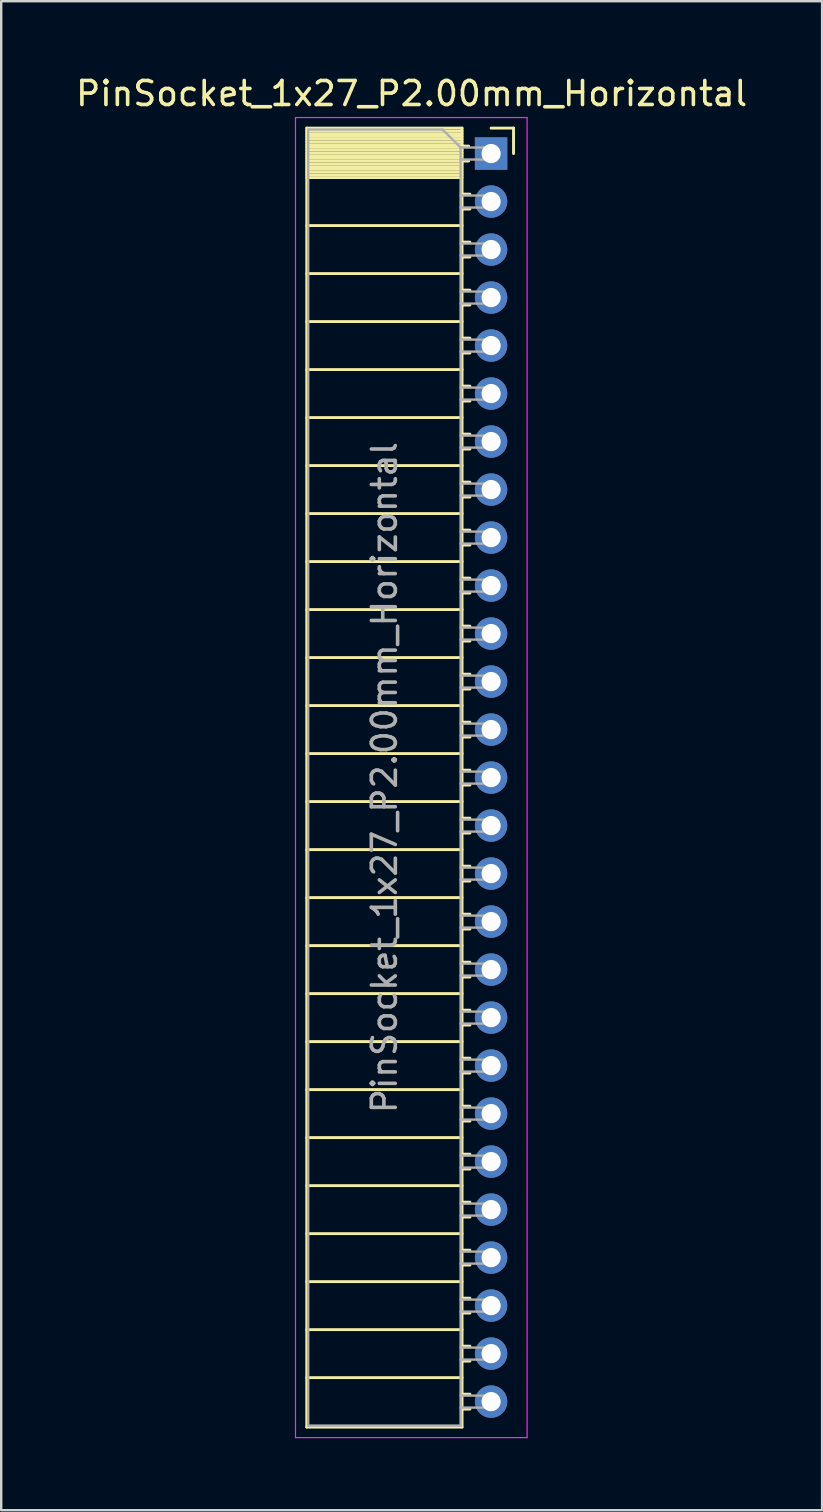
<source format=kicad_pcb>
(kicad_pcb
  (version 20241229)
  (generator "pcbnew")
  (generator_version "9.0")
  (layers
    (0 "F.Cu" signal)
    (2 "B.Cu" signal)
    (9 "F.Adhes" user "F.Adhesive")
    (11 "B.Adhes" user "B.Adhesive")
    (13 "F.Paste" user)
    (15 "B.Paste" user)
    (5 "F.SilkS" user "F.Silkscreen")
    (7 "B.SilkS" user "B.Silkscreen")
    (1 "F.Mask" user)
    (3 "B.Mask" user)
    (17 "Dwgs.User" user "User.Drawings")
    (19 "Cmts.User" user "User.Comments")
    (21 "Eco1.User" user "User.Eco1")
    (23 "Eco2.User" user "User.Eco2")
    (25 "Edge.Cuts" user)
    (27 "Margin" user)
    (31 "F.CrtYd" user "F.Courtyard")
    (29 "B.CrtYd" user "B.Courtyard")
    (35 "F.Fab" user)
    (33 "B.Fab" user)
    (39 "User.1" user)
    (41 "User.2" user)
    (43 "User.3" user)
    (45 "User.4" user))
  (footprint "PinSocket_1x27_P2.00mm_Horizontal"
    (layer "F.Cu")
    (at 17.411 3.348)
    (property "Reference" "PinSocket_1x27_P2.00mm_Horizontal" (at -3.31 -2.5 0) (layer "F.SilkS") (effects (font (size 1 1) (thickness 0.15))))
    (attr through_hole)
    (fp_line (start -7.68 -1.06) (end -7.68 53.06) (stroke (width 0.12) (type solid)) (layer "F.SilkS"))
    (fp_line (start -7.68 -1.06) (end -1.21 -1.06) (stroke (width 0.12) (type solid)) (layer "F.SilkS"))
    (fp_line (start -7.68 -0.94) (end -1.21 -0.94) (stroke (width 0.12) (type solid)) (layer "F.SilkS"))
    (fp_line (start -7.68 -0.826) (end -1.21 -0.826) (stroke (width 0.12) (type solid)) (layer "F.SilkS"))
    (fp_line (start -7.68 -0.712) (end -1.21 -0.712) (stroke (width 0.12) (type solid)) (layer "F.SilkS"))
    (fp_line (start -7.68 -0.598) (end -1.21 -0.598) (stroke (width 0.12) (type solid)) (layer "F.SilkS"))
    (fp_line (start -7.68 -0.484) (end -1.21 -0.484) (stroke (width 0.12) (type solid)) (layer "F.SilkS"))
    (fp_line (start -7.68 -0.369) (end -1.21 -0.369) (stroke (width 0.12) (type solid)) (layer "F.SilkS"))
    (fp_line (start -7.68 -0.255) (end -1.21 -0.255) (stroke (width 0.12) (type solid)) (layer "F.SilkS"))
    (fp_line (start -7.68 -0.141) (end -1.21 -0.141) (stroke (width 0.12) (type solid)) (layer "F.SilkS"))
    (fp_line (start -7.68 -0.027) (end -1.21 -0.027) (stroke (width 0.12) (type solid)) (layer "F.SilkS"))
    (fp_line (start -7.68 0.087) (end -1.21 0.087) (stroke (width 0.12) (type solid)) (layer "F.SilkS"))
    (fp_line (start -7.68 0.201) (end -1.21 0.201) (stroke (width 0.12) (type solid)) (layer "F.SilkS"))
    (fp_line (start -7.68 0.315) (end -1.21 0.315) (stroke (width 0.12) (type solid)) (layer "F.SilkS"))
    (fp_line (start -7.68 0.429) (end -1.21 0.429) (stroke (width 0.12) (type solid)) (layer "F.SilkS"))
    (fp_line (start -7.68 0.544) (end -1.21 0.544) (stroke (width 0.12) (type solid)) (layer "F.SilkS"))
    (fp_line (start -7.68 0.658) (end -1.21 0.658) (stroke (width 0.12) (type solid)) (layer "F.SilkS"))
    (fp_line (start -7.68 0.772) (end -1.21 0.772) (stroke (width 0.12) (type solid)) (layer "F.SilkS"))
    (fp_line (start -7.68 0.886) (end -1.21 0.886) (stroke (width 0.12) (type solid)) (layer "F.SilkS"))
    (fp_line (start -7.68 1) (end -1.21 1) (stroke (width 0.12) (type solid)) (layer "F.SilkS"))
    (fp_line (start -7.68 3) (end -1.21 3) (stroke (width 0.12) (type solid)) (layer "F.SilkS"))
    (fp_line (start -7.68 5) (end -1.21 5) (stroke (width 0.12) (type solid)) (layer "F.SilkS"))
    (fp_line (start -7.68 7) (end -1.21 7) (stroke (width 0.12) (type solid)) (layer "F.SilkS"))
    (fp_line (start -7.68 9) (end -1.21 9) (stroke (width 0.12) (type solid)) (layer "F.SilkS"))
    (fp_line (start -7.68 11) (end -1.21 11) (stroke (width 0.12) (type solid)) (layer "F.SilkS"))
    (fp_line (start -7.68 13) (end -1.21 13) (stroke (width 0.12) (type solid)) (layer "F.SilkS"))
    (fp_line (start -7.68 15) (end -1.21 15) (stroke (width 0.12) (type solid)) (layer "F.SilkS"))
    (fp_line (start -7.68 17) (end -1.21 17) (stroke (width 0.12) (type solid)) (layer "F.SilkS"))
    (fp_line (start -7.68 19) (end -1.21 19) (stroke (width 0.12) (type solid)) (layer "F.SilkS"))
    (fp_line (start -7.68 21) (end -1.21 21) (stroke (width 0.12) (type solid)) (layer "F.SilkS"))
    (fp_line (start -7.68 23) (end -1.21 23) (stroke (width 0.12) (type solid)) (layer "F.SilkS"))
    (fp_line (start -7.68 25) (end -1.21 25) (stroke (width 0.12) (type solid)) (layer "F.SilkS"))
    (fp_line (start -7.68 27) (end -1.21 27) (stroke (width 0.12) (type solid)) (layer "F.SilkS"))
    (fp_line (start -7.68 29) (end -1.21 29) (stroke (width 0.12) (type solid)) (layer "F.SilkS"))
    (fp_line (start -7.68 31) (end -1.21 31) (stroke (width 0.12) (type solid)) (layer "F.SilkS"))
    (fp_line (start -7.68 33) (end -1.21 33) (stroke (width 0.12) (type solid)) (layer "F.SilkS"))
    (fp_line (start -7.68 35) (end -1.21 35) (stroke (width 0.12) (type solid)) (layer "F.SilkS"))
    (fp_line (start -7.68 37) (end -1.21 37) (stroke (width 0.12) (type solid)) (layer "F.SilkS"))
    (fp_line (start -7.68 39) (end -1.21 39) (stroke (width 0.12) (type solid)) (layer "F.SilkS"))
    (fp_line (start -7.68 41) (end -1.21 41) (stroke (width 0.12) (type solid)) (layer "F.SilkS"))
    (fp_line (start -7.68 43) (end -1.21 43) (stroke (width 0.12) (type solid)) (layer "F.SilkS"))
    (fp_line (start -7.68 45) (end -1.21 45) (stroke (width 0.12) (type solid)) (layer "F.SilkS"))
    (fp_line (start -7.68 47) (end -1.21 47) (stroke (width 0.12) (type solid)) (layer "F.SilkS"))
    (fp_line (start -7.68 49) (end -1.21 49) (stroke (width 0.12) (type solid)) (layer "F.SilkS"))
    (fp_line (start -7.68 51) (end -1.21 51) (stroke (width 0.12) (type solid)) (layer "F.SilkS"))
    (fp_line (start -7.68 53.06) (end -1.21 53.06) (stroke (width 0.12) (type solid)) (layer "F.SilkS"))
    (fp_line (start -1.21 -1.06) (end -1.21 53.06) (stroke (width 0.12) (type solid)) (layer "F.SilkS"))
    (fp_line (start -1.21 -0.31) (end -0.935 -0.31) (stroke (width 0.12) (type solid)) (layer "F.SilkS"))
    (fp_line (start -1.21 0.31) (end -0.935 0.31) (stroke (width 0.12) (type solid)) (layer "F.SilkS"))
    (fp_line (start -1.21 1.69) (end -0.882 1.69) (stroke (width 0.12) (type solid)) (layer "F.SilkS"))
    (fp_line (start -1.21 2.31) (end -0.882 2.31) (stroke (width 0.12) (type solid)) (layer "F.SilkS"))
    (fp_line (start -1.21 3.69) (end -0.882 3.69) (stroke (width 0.12) (type solid)) (layer "F.SilkS"))
    (fp_line (start -1.21 4.31) (end -0.882 4.31) (stroke (width 0.12) (type solid)) (layer "F.SilkS"))
    (fp_line (start -1.21 5.69) (end -0.882 5.69) (stroke (width 0.12) (type solid)) (layer "F.SilkS"))
    (fp_line (start -1.21 6.31) (end -0.882 6.31) (stroke (width 0.12) (type solid)) (layer "F.SilkS"))
    (fp_line (start -1.21 7.69) (end -0.882 7.69) (stroke (width 0.12) (type solid)) (layer "F.SilkS"))
    (fp_line (start -1.21 8.31) (end -0.882 8.31) (stroke (width 0.12) (type solid)) (layer "F.SilkS"))
    (fp_line (start -1.21 9.69) (end -0.882 9.69) (stroke (width 0.12) (type solid)) (layer "F.SilkS"))
    (fp_line (start -1.21 10.31) (end -0.882 10.31) (stroke (width 0.12) (type solid)) (layer "F.SilkS"))
    (fp_line (start -1.21 11.69) (end -0.882 11.69) (stroke (width 0.12) (type solid)) (layer "F.SilkS"))
    (fp_line (start -1.21 12.31) (end -0.882 12.31) (stroke (width 0.12) (type solid)) (layer "F.SilkS"))
    (fp_line (start -1.21 13.69) (end -0.882 13.69) (stroke (width 0.12) (type solid)) (layer "F.SilkS"))
    (fp_line (start -1.21 14.31) (end -0.882 14.31) (stroke (width 0.12) (type solid)) (layer "F.SilkS"))
    (fp_line (start -1.21 15.69) (end -0.882 15.69) (stroke (width 0.12) (type solid)) (layer "F.SilkS"))
    (fp_line (start -1.21 16.31) (end -0.882 16.31) (stroke (width 0.12) (type solid)) (layer "F.SilkS"))
    (fp_line (start -1.21 17.69) (end -0.882 17.69) (stroke (width 0.12) (type solid)) (layer "F.SilkS"))
    (fp_line (start -1.21 18.31) (end -0.882 18.31) (stroke (width 0.12) (type solid)) (layer "F.SilkS"))
    (fp_line (start -1.21 19.69) (end -0.882 19.69) (stroke (width 0.12) (type solid)) (layer "F.SilkS"))
    (fp_line (start -1.21 20.31) (end -0.882 20.31) (stroke (width 0.12) (type solid)) (layer "F.SilkS"))
    (fp_line (start -1.21 21.69) (end -0.882 21.69) (stroke (width 0.12) (type solid)) (layer "F.SilkS"))
    (fp_line (start -1.21 22.31) (end -0.882 22.31) (stroke (width 0.12) (type solid)) (layer "F.SilkS"))
    (fp_line (start -1.21 23.69) (end -0.882 23.69) (stroke (width 0.12) (type solid)) (layer "F.SilkS"))
    (fp_line (start -1.21 24.31) (end -0.882 24.31) (stroke (width 0.12) (type solid)) (layer "F.SilkS"))
    (fp_line (start -1.21 25.69) (end -0.882 25.69) (stroke (width 0.12) (type solid)) (layer "F.SilkS"))
    (fp_line (start -1.21 26.31) (end -0.882 26.31) (stroke (width 0.12) (type solid)) (layer "F.SilkS"))
    (fp_line (start -1.21 27.69) (end -0.882 27.69) (stroke (width 0.12) (type solid)) (layer "F.SilkS"))
    (fp_line (start -1.21 28.31) (end -0.882 28.31) (stroke (width 0.12) (type solid)) (layer "F.SilkS"))
    (fp_line (start -1.21 29.69) (end -0.882 29.69) (stroke (width 0.12) (type solid)) (layer "F.SilkS"))
    (fp_line (start -1.21 30.31) (end -0.882 30.31) (stroke (width 0.12) (type solid)) (layer "F.SilkS"))
    (fp_line (start -1.21 31.69) (end -0.882 31.69) (stroke (width 0.12) (type solid)) (layer "F.SilkS"))
    (fp_line (start -1.21 32.31) (end -0.882 32.31) (stroke (width 0.12) (type solid)) (layer "F.SilkS"))
    (fp_line (start -1.21 33.69) (end -0.882 33.69) (stroke (width 0.12) (type solid)) (layer "F.SilkS"))
    (fp_line (start -1.21 34.31) (end -0.882 34.31) (stroke (width 0.12) (type solid)) (layer "F.SilkS"))
    (fp_line (start -1.21 35.69) (end -0.882 35.69) (stroke (width 0.12) (type solid)) (layer "F.SilkS"))
    (fp_line (start -1.21 36.31) (end -0.882 36.31) (stroke (width 0.12) (type solid)) (layer "F.SilkS"))
    (fp_line (start -1.21 37.69) (end -0.882 37.69) (stroke (width 0.12) (type solid)) (layer "F.SilkS"))
    (fp_line (start -1.21 38.31) (end -0.882 38.31) (stroke (width 0.12) (type solid)) (layer "F.SilkS"))
    (fp_line (start -1.21 39.69) (end -0.882 39.69) (stroke (width 0.12) (type solid)) (layer "F.SilkS"))
    (fp_line (start -1.21 40.31) (end -0.882 40.31) (stroke (width 0.12) (type solid)) (layer "F.SilkS"))
    (fp_line (start -1.21 41.69) (end -0.882 41.69) (stroke (width 0.12) (type solid)) (layer "F.SilkS"))
    (fp_line (start -1.21 42.31) (end -0.882 42.31) (stroke (width 0.12) (type solid)) (layer "F.SilkS"))
    (fp_line (start -1.21 43.69) (end -0.882 43.69) (stroke (width 0.12) (type solid)) (layer "F.SilkS"))
    (fp_line (start -1.21 44.31) (end -0.882 44.31) (stroke (width 0.12) (type solid)) (layer "F.SilkS"))
    (fp_line (start -1.21 45.69) (end -0.882 45.69) (stroke (width 0.12) (type solid)) (layer "F.SilkS"))
    (fp_line (start -1.21 46.31) (end -0.882 46.31) (stroke (width 0.12) (type solid)) (layer "F.SilkS"))
    (fp_line (start -1.21 47.69) (end -0.882 47.69) (stroke (width 0.12) (type solid)) (layer "F.SilkS"))
    (fp_line (start -1.21 48.31) (end -0.882 48.31) (stroke (width 0.12) (type solid)) (layer "F.SilkS"))
    (fp_line (start -1.21 49.69) (end -0.882 49.69) (stroke (width 0.12) (type solid)) (layer "F.SilkS"))
    (fp_line (start -1.21 50.31) (end -0.882 50.31) (stroke (width 0.12) (type solid)) (layer "F.SilkS"))
    (fp_line (start -1.21 51.69) (end -0.882 51.69) (stroke (width 0.12) (type solid)) (layer "F.SilkS"))
    (fp_line (start -1.21 52.31) (end -0.882 52.31) (stroke (width 0.12) (type solid)) (layer "F.SilkS"))
    (fp_line (start 0 -1.06) (end 0.935 -1.06) (stroke (width 0.12) (type solid)) (layer "F.SilkS"))
    (fp_line (start 0.935 -1.06) (end 0.935 0) (stroke (width 0.12) (type solid)) (layer "F.SilkS"))
    (fp_line (start -8.15 -1.5) (end -8.15 53.5) (stroke (width 0.05) (type solid)) (layer "F.CrtYd"))
    (fp_line (start -8.15 53.5) (end 1.5 53.5) (stroke (width 0.05) (type solid)) (layer "F.CrtYd"))
    (fp_line (start 1.5 -1.5) (end -8.15 -1.5) (stroke (width 0.05) (type solid)) (layer "F.CrtYd"))
    (fp_line (start 1.5 53.5) (end 1.5 -1.5) (stroke (width 0.05) (type solid)) (layer "F.CrtYd"))
    (fp_line (start -7.62 -1) (end -2.02 -1) (stroke (width 0.1) (type solid)) (layer "F.Fab"))
    (fp_line (start -7.62 53) (end -7.62 -1) (stroke (width 0.1) (type solid)) (layer "F.Fab"))
    (fp_line (start -2.02 -1) (end -1.27 -0.25) (stroke (width 0.1) (type solid)) (layer "F.Fab"))
    (fp_line (start -1.27 -0.25) (end -1.27 53) (stroke (width 0.1) (type solid)) (layer "F.Fab"))
    (fp_line (start -1.27 0.25) (end 0 0.25) (stroke (width 0.1) (type solid)) (layer "F.Fab"))
    (fp_line (start -1.27 2.25) (end 0 2.25) (stroke (width 0.1) (type solid)) (layer "F.Fab"))
    (fp_line (start -1.27 4.25) (end 0 4.25) (stroke (width 0.1) (type solid)) (layer "F.Fab"))
    (fp_line (start -1.27 6.25) (end 0 6.25) (stroke (width 0.1) (type solid)) (layer "F.Fab"))
    (fp_line (start -1.27 8.25) (end 0 8.25) (stroke (width 0.1) (type solid)) (layer "F.Fab"))
    (fp_line (start -1.27 10.25) (end 0 10.25) (stroke (width 0.1) (type solid)) (layer "F.Fab"))
    (fp_line (start -1.27 12.25) (end 0 12.25) (stroke (width 0.1) (type solid)) (layer "F.Fab"))
    (fp_line (start -1.27 14.25) (end 0 14.25) (stroke (width 0.1) (type solid)) (layer "F.Fab"))
    (fp_line (start -1.27 16.25) (end 0 16.25) (stroke (width 0.1) (type solid)) (layer "F.Fab"))
    (fp_line (start -1.27 18.25) (end 0 18.25) (stroke (width 0.1) (type solid)) (layer "F.Fab"))
    (fp_line (start -1.27 20.25) (end 0 20.25) (stroke (width 0.1) (type solid)) (layer "F.Fab"))
    (fp_line (start -1.27 22.25) (end 0 22.25) (stroke (width 0.1) (type solid)) (layer "F.Fab"))
    (fp_line (start -1.27 24.25) (end 0 24.25) (stroke (width 0.1) (type solid)) (layer "F.Fab"))
    (fp_line (start -1.27 26.25) (end 0 26.25) (stroke (width 0.1) (type solid)) (layer "F.Fab"))
    (fp_line (start -1.27 28.25) (end 0 28.25) (stroke (width 0.1) (type solid)) (layer "F.Fab"))
    (fp_line (start -1.27 30.25) (end 0 30.25) (stroke (width 0.1) (type solid)) (layer "F.Fab"))
    (fp_line (start -1.27 32.25) (end 0 32.25) (stroke (width 0.1) (type solid)) (layer "F.Fab"))
    (fp_line (start -1.27 34.25) (end 0 34.25) (stroke (width 0.1) (type solid)) (layer "F.Fab"))
    (fp_line (start -1.27 36.25) (end 0 36.25) (stroke (width 0.1) (type solid)) (layer "F.Fab"))
    (fp_line (start -1.27 38.25) (end 0 38.25) (stroke (width 0.1) (type solid)) (layer "F.Fab"))
    (fp_line (start -1.27 40.25) (end 0 40.25) (stroke (width 0.1) (type solid)) (layer "F.Fab"))
    (fp_line (start -1.27 42.25) (end 0 42.25) (stroke (width 0.1) (type solid)) (layer "F.Fab"))
    (fp_line (start -1.27 44.25) (end 0 44.25) (stroke (width 0.1) (type solid)) (layer "F.Fab"))
    (fp_line (start -1.27 46.25) (end 0 46.25) (stroke (width 0.1) (type solid)) (layer "F.Fab"))
    (fp_line (start -1.27 48.25) (end 0 48.25) (stroke (width 0.1) (type solid)) (layer "F.Fab"))
    (fp_line (start -1.27 50.25) (end 0 50.25) (stroke (width 0.1) (type solid)) (layer "F.Fab"))
    (fp_line (start -1.27 52.25) (end 0 52.25) (stroke (width 0.1) (type solid)) (layer "F.Fab"))
    (fp_line (start -1.27 53) (end -7.62 53) (stroke (width 0.1) (type solid)) (layer "F.Fab"))
    (fp_line (start 0 -0.25) (end -1.27 -0.25) (stroke (width 0.1) (type solid)) (layer "F.Fab"))
    (fp_line (start 0 0.25) (end 0 -0.25) (stroke (width 0.1) (type solid)) (layer "F.Fab"))
    (fp_line (start 0 1.75) (end -1.27 1.75) (stroke (width 0.1) (type solid)) (layer "F.Fab"))
    (fp_line (start 0 2.25) (end 0 1.75) (stroke (width 0.1) (type solid)) (layer "F.Fab"))
    (fp_line (start 0 3.75) (end -1.27 3.75) (stroke (width 0.1) (type solid)) (layer "F.Fab"))
    (fp_line (start 0 4.25) (end 0 3.75) (stroke (width 0.1) (type solid)) (layer "F.Fab"))
    (fp_line (start 0 5.75) (end -1.27 5.75) (stroke (width 0.1) (type solid)) (layer "F.Fab"))
    (fp_line (start 0 6.25) (end 0 5.75) (stroke (width 0.1) (type solid)) (layer "F.Fab"))
    (fp_line (start 0 7.75) (end -1.27 7.75) (stroke (width 0.1) (type solid)) (layer "F.Fab"))
    (fp_line (start 0 8.25) (end 0 7.75) (stroke (width 0.1) (type solid)) (layer "F.Fab"))
    (fp_line (start 0 9.75) (end -1.27 9.75) (stroke (width 0.1) (type solid)) (layer "F.Fab"))
    (fp_line (start 0 10.25) (end 0 9.75) (stroke (width 0.1) (type solid)) (layer "F.Fab"))
    (fp_line (start 0 11.75) (end -1.27 11.75) (stroke (width 0.1) (type solid)) (layer "F.Fab"))
    (fp_line (start 0 12.25) (end 0 11.75) (stroke (width 0.1) (type solid)) (layer "F.Fab"))
    (fp_line (start 0 13.75) (end -1.27 13.75) (stroke (width 0.1) (type solid)) (layer "F.Fab"))
    (fp_line (start 0 14.25) (end 0 13.75) (stroke (width 0.1) (type solid)) (layer "F.Fab"))
    (fp_line (start 0 15.75) (end -1.27 15.75) (stroke (width 0.1) (type solid)) (layer "F.Fab"))
    (fp_line (start 0 16.25) (end 0 15.75) (stroke (width 0.1) (type solid)) (layer "F.Fab"))
    (fp_line (start 0 17.75) (end -1.27 17.75) (stroke (width 0.1) (type solid)) (layer "F.Fab"))
    (fp_line (start 0 18.25) (end 0 17.75) (stroke (width 0.1) (type solid)) (layer "F.Fab"))
    (fp_line (start 0 19.75) (end -1.27 19.75) (stroke (width 0.1) (type solid)) (layer "F.Fab"))
    (fp_line (start 0 20.25) (end 0 19.75) (stroke (width 0.1) (type solid)) (layer "F.Fab"))
    (fp_line (start 0 21.75) (end -1.27 21.75) (stroke (width 0.1) (type solid)) (layer "F.Fab"))
    (fp_line (start 0 22.25) (end 0 21.75) (stroke (width 0.1) (type solid)) (layer "F.Fab"))
    (fp_line (start 0 23.75) (end -1.27 23.75) (stroke (width 0.1) (type solid)) (layer "F.Fab"))
    (fp_line (start 0 24.25) (end 0 23.75) (stroke (width 0.1) (type solid)) (layer "F.Fab"))
    (fp_line (start 0 25.75) (end -1.27 25.75) (stroke (width 0.1) (type solid)) (layer "F.Fab"))
    (fp_line (start 0 26.25) (end 0 25.75) (stroke (width 0.1) (type solid)) (layer "F.Fab"))
    (fp_line (start 0 27.75) (end -1.27 27.75) (stroke (width 0.1) (type solid)) (layer "F.Fab"))
    (fp_line (start 0 28.25) (end 0 27.75) (stroke (width 0.1) (type solid)) (layer "F.Fab"))
    (fp_line (start 0 29.75) (end -1.27 29.75) (stroke (width 0.1) (type solid)) (layer "F.Fab"))
    (fp_line (start 0 30.25) (end 0 29.75) (stroke (width 0.1) (type solid)) (layer "F.Fab"))
    (fp_line (start 0 31.75) (end -1.27 31.75) (stroke (width 0.1) (type solid)) (layer "F.Fab"))
    (fp_line (start 0 32.25) (end 0 31.75) (stroke (width 0.1) (type solid)) (layer "F.Fab"))
    (fp_line (start 0 33.75) (end -1.27 33.75) (stroke (width 0.1) (type solid)) (layer "F.Fab"))
    (fp_line (start 0 34.25) (end 0 33.75) (stroke (width 0.1) (type solid)) (layer "F.Fab"))
    (fp_line (start 0 35.75) (end -1.27 35.75) (stroke (width 0.1) (type solid)) (layer "F.Fab"))
    (fp_line (start 0 36.25) (end 0 35.75) (stroke (width 0.1) (type solid)) (layer "F.Fab"))
    (fp_line (start 0 37.75) (end -1.27 37.75) (stroke (width 0.1) (type solid)) (layer "F.Fab"))
    (fp_line (start 0 38.25) (end 0 37.75) (stroke (width 0.1) (type solid)) (layer "F.Fab"))
    (fp_line (start 0 39.75) (end -1.27 39.75) (stroke (width 0.1) (type solid)) (layer "F.Fab"))
    (fp_line (start 0 40.25) (end 0 39.75) (stroke (width 0.1) (type solid)) (layer "F.Fab"))
    (fp_line (start 0 41.75) (end -1.27 41.75) (stroke (width 0.1) (type solid)) (layer "F.Fab"))
    (fp_line (start 0 42.25) (end 0 41.75) (stroke (width 0.1) (type solid)) (layer "F.Fab"))
    (fp_line (start 0 43.75) (end -1.27 43.75) (stroke (width 0.1) (type solid)) (layer "F.Fab"))
    (fp_line (start 0 44.25) (end 0 43.75) (stroke (width 0.1) (type solid)) (layer "F.Fab"))
    (fp_line (start 0 45.75) (end -1.27 45.75) (stroke (width 0.1) (type solid)) (layer "F.Fab"))
    (fp_line (start 0 46.25) (end 0 45.75) (stroke (width 0.1) (type solid)) (layer "F.Fab"))
    (fp_line (start 0 47.75) (end -1.27 47.75) (stroke (width 0.1) (type solid)) (layer "F.Fab"))
    (fp_line (start 0 48.25) (end 0 47.75) (stroke (width 0.1) (type solid)) (layer "F.Fab"))
    (fp_line (start 0 49.75) (end -1.27 49.75) (stroke (width 0.1) (type solid)) (layer "F.Fab"))
    (fp_line (start 0 50.25) (end 0 49.75) (stroke (width 0.1) (type solid)) (layer "F.Fab"))
    (fp_line (start 0 51.75) (end -1.27 51.75) (stroke (width 0.1) (type solid)) (layer "F.Fab"))
    (fp_line (start 0 52.25) (end 0 51.75) (stroke (width 0.1) (type solid)) (layer "F.Fab"))
    (fp_text user "${REFERENCE}" (at -4.445 26 90) (layer "F.Fab") (effects (font (size 1 1) (thickness 0.15))))
    (pad "1" thru_hole rect (at 0 0) (size 1.35 1.35) (drill 0.8) (layers "*.Cu" "*.Mask"))
    (pad "2" thru_hole oval (at 0 2) (size 1.35 1.35) (drill 0.8) (layers "*.Cu" "*.Mask"))
    (pad "3" thru_hole oval (at 0 4) (size 1.35 1.35) (drill 0.8) (layers "*.Cu" "*.Mask"))
    (pad "4" thru_hole oval (at 0 6) (size 1.35 1.35) (drill 0.8) (layers "*.Cu" "*.Mask"))
    (pad "5" thru_hole oval (at 0 8) (size 1.35 1.35) (drill 0.8) (layers "*.Cu" "*.Mask"))
    (pad "6" thru_hole oval (at 0 10) (size 1.35 1.35) (drill 0.8) (layers "*.Cu" "*.Mask"))
    (pad "7" thru_hole oval (at 0 12) (size 1.35 1.35) (drill 0.8) (layers "*.Cu" "*.Mask"))
    (pad "8" thru_hole oval (at 0 14) (size 1.35 1.35) (drill 0.8) (layers "*.Cu" "*.Mask"))
    (pad "9" thru_hole oval (at 0 16) (size 1.35 1.35) (drill 0.8) (layers "*.Cu" "*.Mask"))
    (pad "10" thru_hole oval (at 0 18) (size 1.35 1.35) (drill 0.8) (layers "*.Cu" "*.Mask"))
    (pad "11" thru_hole oval (at 0 20) (size 1.35 1.35) (drill 0.8) (layers "*.Cu" "*.Mask"))
    (pad "12" thru_hole oval (at 0 22) (size 1.35 1.35) (drill 0.8) (layers "*.Cu" "*.Mask"))
    (pad "13" thru_hole oval (at 0 24) (size 1.35 1.35) (drill 0.8) (layers "*.Cu" "*.Mask"))
    (pad "14" thru_hole oval (at 0 26) (size 1.35 1.35) (drill 0.8) (layers "*.Cu" "*.Mask"))
    (pad "15" thru_hole oval (at 0 28) (size 1.35 1.35) (drill 0.8) (layers "*.Cu" "*.Mask"))
    (pad "16" thru_hole oval (at 0 30) (size 1.35 1.35) (drill 0.8) (layers "*.Cu" "*.Mask"))
    (pad "17" thru_hole oval (at 0 32) (size 1.35 1.35) (drill 0.8) (layers "*.Cu" "*.Mask"))
    (pad "18" thru_hole oval (at 0 34) (size 1.35 1.35) (drill 0.8) (layers "*.Cu" "*.Mask"))
    (pad "19" thru_hole oval (at 0 36) (size 1.35 1.35) (drill 0.8) (layers "*.Cu" "*.Mask"))
    (pad "20" thru_hole oval (at 0 38) (size 1.35 1.35) (drill 0.8) (layers "*.Cu" "*.Mask"))
    (pad "21" thru_hole oval (at 0 40) (size 1.35 1.35) (drill 0.8) (layers "*.Cu" "*.Mask"))
    (pad "22" thru_hole oval (at 0 42) (size 1.35 1.35) (drill 0.8) (layers "*.Cu" "*.Mask"))
    (pad "23" thru_hole oval (at 0 44) (size 1.35 1.35) (drill 0.8) (layers "*.Cu" "*.Mask"))
    (pad "24" thru_hole oval (at 0 46) (size 1.35 1.35) (drill 0.8) (layers "*.Cu" "*.Mask"))
    (pad "25" thru_hole oval (at 0 48) (size 1.35 1.35) (drill 0.8) (layers "*.Cu" "*.Mask"))
    (pad "26" thru_hole oval (at 0 50) (size 1.35 1.35) (drill 0.8) (layers "*.Cu" "*.Mask"))
    (pad "27" thru_hole oval (at 0 52) (size 1.35 1.35) (drill 0.8) (layers "*.Cu" "*.Mask")))
  (gr_rect
    (start -3 -3)
    (end 31.202 59.873)
    (stroke (width 0.1) (type default))
    (fill no)
    (layer "Edge.Cuts")))
</source>
